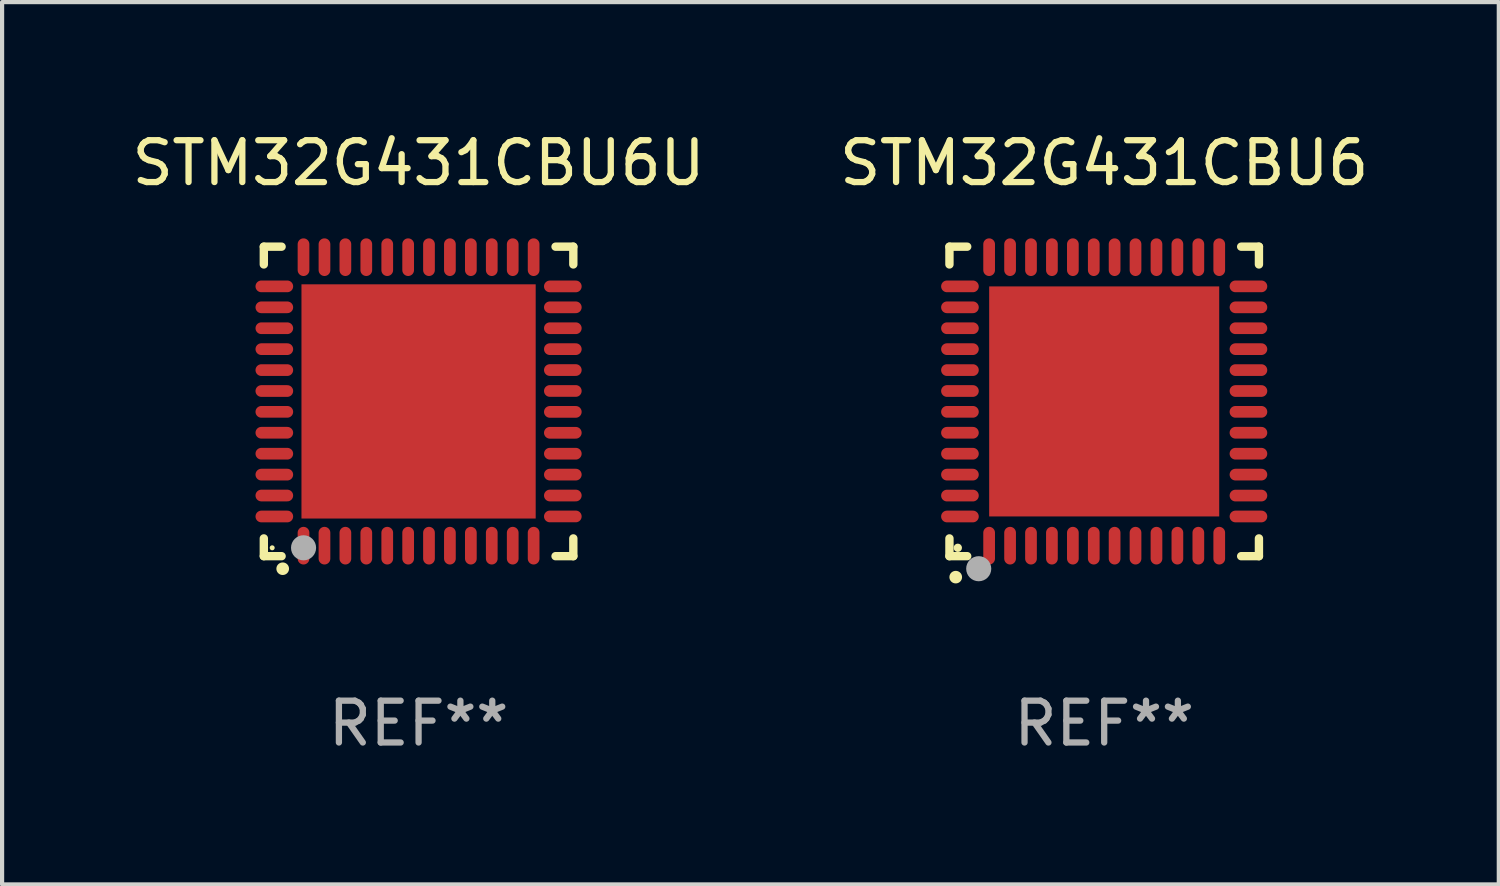
<source format=kicad_pcb>
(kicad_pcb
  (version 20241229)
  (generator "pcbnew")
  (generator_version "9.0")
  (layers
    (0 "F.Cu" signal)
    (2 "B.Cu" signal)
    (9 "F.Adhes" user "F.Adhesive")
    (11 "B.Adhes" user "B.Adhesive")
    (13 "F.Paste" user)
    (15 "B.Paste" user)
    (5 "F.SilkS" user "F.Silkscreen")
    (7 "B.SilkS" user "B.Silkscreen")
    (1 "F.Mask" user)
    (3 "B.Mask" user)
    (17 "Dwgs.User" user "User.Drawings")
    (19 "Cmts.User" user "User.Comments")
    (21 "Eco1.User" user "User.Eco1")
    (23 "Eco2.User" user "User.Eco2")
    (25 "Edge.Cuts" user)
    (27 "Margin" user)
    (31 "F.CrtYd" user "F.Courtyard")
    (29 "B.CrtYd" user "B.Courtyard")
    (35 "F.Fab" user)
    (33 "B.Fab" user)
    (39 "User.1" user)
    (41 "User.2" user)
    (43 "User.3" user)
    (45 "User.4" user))
  (footprint "STM32G431CBU6"
    (layer "F.Cu")
    (at 23.351 6.548)
    (property "Reference" "STM32G431CBU6" (at 0 -5.7 0) (layer "F.SilkS") (effects (font (size 1 1) (thickness 0.15))))
    (attr through_hole)
    (fp_line (start -3.7 -3.7) (end -3.275 -3.7) (stroke (width 0.2) (type solid)) (layer "F.SilkS"))
    (fp_line (start -3.7 -3.275) (end -3.7 -3.7) (stroke (width 0.2) (type solid)) (layer "F.SilkS"))
    (fp_line (start -3.7 3.7) (end -3.7 3.275) (stroke (width 0.2) (type solid)) (layer "F.SilkS"))
    (fp_line (start -3.275 3.7) (end -3.7 3.7) (stroke (width 0.2) (type solid)) (layer "F.SilkS"))
    (fp_line (start 3.7 -3.7) (end 3.275 -3.7) (stroke (width 0.2) (type solid)) (layer "F.SilkS"))
    (fp_line (start 3.7 -3.275) (end 3.7 -3.7) (stroke (width 0.2) (type solid)) (layer "F.SilkS"))
    (fp_line (start 3.7 3.275) (end 3.7 3.7) (stroke (width 0.2) (type solid)) (layer "F.SilkS"))
    (fp_line (start 3.7 3.7) (end 3.275 3.7) (stroke (width 0.2) (type solid)) (layer "F.SilkS"))
    (fp_arc (start -3.550927 4.201168) (mid -3.549657 4.201163) (end -3.548387 4.201168) (stroke (width 0.3) (type solid)) (layer "F.SilkS"))
    (fp_circle (center -3.5 3.5) (end -3.45 3.5) (stroke (width 0.1) (type solid)) (fill no) (layer "F.SilkS"))
    (fp_circle (center -3 4) (end -2.85 4) (stroke (width 0.3) (type solid)) (fill no) (layer "F.Fab"))
    (fp_text user "REF**" (at 0 7.7 0) (layer "F.Fab") (effects (font (size 1 1) (thickness 0.15))))
    (pad "1" smd oval (at -2.751 3.449) (size 0.28 0.9) (layers "F.Cu" "F.Mask" "F.Paste"))
    (pad "2" smd oval (at -2.25 3.449) (size 0.28 0.9) (layers "F.Cu" "F.Mask" "F.Paste"))
    (pad "3" smd oval (at -1.75 3.449) (size 0.28 0.9) (layers "F.Cu" "F.Mask" "F.Paste"))
    (pad "4" smd oval (at -1.25 3.449) (size 0.28 0.9) (layers "F.Cu" "F.Mask" "F.Paste"))
    (pad "5" smd oval (at -0.749 3.449) (size 0.28 0.9) (layers "F.Cu" "F.Mask" "F.Paste"))
    (pad "6" smd oval (at -0.249 3.449) (size 0.28 0.9) (layers "F.Cu" "F.Mask" "F.Paste"))
    (pad "7" smd oval (at 0.249 3.449) (size 0.28 0.9) (layers "F.Cu" "F.Mask" "F.Paste"))
    (pad "8" smd oval (at 0.749 3.449) (size 0.28 0.9) (layers "F.Cu" "F.Mask" "F.Paste"))
    (pad "9" smd oval (at 1.25 3.449) (size 0.28 0.9) (layers "F.Cu" "F.Mask" "F.Paste"))
    (pad "10" smd oval (at 1.75 3.449) (size 0.28 0.9) (layers "F.Cu" "F.Mask" "F.Paste"))
    (pad "11" smd oval (at 2.251 3.449) (size 0.28 0.9) (layers "F.Cu" "F.Mask" "F.Paste"))
    (pad "12" smd oval (at 2.751 3.449) (size 0.28 0.9) (layers "F.Cu" "F.Mask" "F.Paste"))
    (pad "13" smd oval (at 3.449 2.751) (size 0.9 0.28) (layers "F.Cu" "F.Mask" "F.Paste"))
    (pad "14" smd oval (at 3.449 2.251) (size 0.9 0.28) (layers "F.Cu" "F.Mask" "F.Paste"))
    (pad "15" smd oval (at 3.449 1.75) (size 0.9 0.28) (layers "F.Cu" "F.Mask" "F.Paste"))
    (pad "16" smd oval (at 3.449 1.25) (size 0.9 0.28) (layers "F.Cu" "F.Mask" "F.Paste"))
    (pad "17" smd oval (at 3.449 0.749) (size 0.9 0.28) (layers "F.Cu" "F.Mask" "F.Paste"))
    (pad "18" smd oval (at 3.449 0.249) (size 0.9 0.28) (layers "F.Cu" "F.Mask" "F.Paste"))
    (pad "19" smd oval (at 3.449 -0.249) (size 0.9 0.28) (layers "F.Cu" "F.Mask" "F.Paste"))
    (pad "20" smd oval (at 3.449 -0.749) (size 0.9 0.28) (layers "F.Cu" "F.Mask" "F.Paste"))
    (pad "21" smd oval (at 3.449 -1.25) (size 0.9 0.28) (layers "F.Cu" "F.Mask" "F.Paste"))
    (pad "22" smd oval (at 3.449 -1.75) (size 0.9 0.28) (layers "F.Cu" "F.Mask" "F.Paste"))
    (pad "23" smd oval (at 3.449 -2.25) (size 0.9 0.28) (layers "F.Cu" "F.Mask" "F.Paste"))
    (pad "24" smd oval (at 3.449 -2.751) (size 0.9 0.28) (layers "F.Cu" "F.Mask" "F.Paste"))
    (pad "25" smd oval (at 2.751 -3.449) (size 0.28 0.9) (layers "F.Cu" "F.Mask" "F.Paste"))
    (pad "26" smd oval (at 2.251 -3.449) (size 0.28 0.9) (layers "F.Cu" "F.Mask" "F.Paste"))
    (pad "27" smd oval (at 1.75 -3.449) (size 0.28 0.9) (layers "F.Cu" "F.Mask" "F.Paste"))
    (pad "28" smd oval (at 1.25 -3.449) (size 0.28 0.9) (layers "F.Cu" "F.Mask" "F.Paste"))
    (pad "29" smd oval (at 0.749 -3.449) (size 0.28 0.9) (layers "F.Cu" "F.Mask" "F.Paste"))
    (pad "30" smd oval (at 0.249 -3.449) (size 0.28 0.9) (layers "F.Cu" "F.Mask" "F.Paste"))
    (pad "31" smd oval (at -0.249 -3.449) (size 0.28 0.9) (layers "F.Cu" "F.Mask" "F.Paste"))
    (pad "32" smd oval (at -0.749 -3.449) (size 0.28 0.9) (layers "F.Cu" "F.Mask" "F.Paste"))
    (pad "33" smd oval (at -1.25 -3.449) (size 0.28 0.9) (layers "F.Cu" "F.Mask" "F.Paste"))
    (pad "34" smd oval (at -1.75 -3.449) (size 0.28 0.9) (layers "F.Cu" "F.Mask" "F.Paste"))
    (pad "35" smd oval (at -2.25 -3.449) (size 0.28 0.9) (layers "F.Cu" "F.Mask" "F.Paste"))
    (pad "36" smd oval (at -2.751 -3.449) (size 0.28 0.9) (layers "F.Cu" "F.Mask" "F.Paste"))
    (pad "37" smd oval (at -3.449 -2.751) (size 0.9 0.28) (layers "F.Cu" "F.Mask" "F.Paste"))
    (pad "38" smd oval (at -3.449 -2.25) (size 0.9 0.28) (layers "F.Cu" "F.Mask" "F.Paste"))
    (pad "39" smd oval (at -3.449 -1.75) (size 0.9 0.28) (layers "F.Cu" "F.Mask" "F.Paste"))
    (pad "40" smd oval (at -3.449 -1.25) (size 0.9 0.28) (layers "F.Cu" "F.Mask" "F.Paste"))
    (pad "41" smd oval (at -3.449 -0.749) (size 0.9 0.28) (layers "F.Cu" "F.Mask" "F.Paste"))
    (pad "42" smd oval (at -3.449 -0.249) (size 0.9 0.28) (layers "F.Cu" "F.Mask" "F.Paste"))
    (pad "43" smd oval (at -3.449 0.249) (size 0.9 0.28) (layers "F.Cu" "F.Mask" "F.Paste"))
    (pad "44" smd oval (at -3.449 0.749) (size 0.9 0.28) (layers "F.Cu" "F.Mask" "F.Paste"))
    (pad "45" smd oval (at -3.449 1.25) (size 0.9 0.28) (layers "F.Cu" "F.Mask" "F.Paste"))
    (pad "46" smd oval (at -3.449 1.75) (size 0.9 0.28) (layers "F.Cu" "F.Mask" "F.Paste"))
    (pad "47" smd oval (at -3.449 2.251) (size 0.9 0.28) (layers "F.Cu" "F.Mask" "F.Paste"))
    (pad "48" smd oval (at -3.449 2.751) (size 0.9 0.28) (layers "F.Cu" "F.Mask" "F.Paste"))
    (pad "49" smd rect (at 0.000076 0.000076) (size 5.5 5.5) (layers "F.Cu" "F.Mask" "F.Paste")))
  (footprint "STM32G431CBU6U"
    (layer "F.Cu")
    (at 6.958 6.548)
    (property "Reference" "STM32G431CBU6U" (at 0 -5.7 0) (layer "F.SilkS") (effects (font (size 1 1) (thickness 0.15))))
    (attr through_hole)
    (fp_line (start -3.7 -3.7) (end -3.275 -3.7) (stroke (width 0.2) (type solid)) (layer "F.SilkS"))
    (fp_line (start -3.7 -3.275) (end -3.7 -3.7) (stroke (width 0.2) (type solid)) (layer "F.SilkS"))
    (fp_line (start -3.7 3.7) (end -3.7 3.275) (stroke (width 0.2) (type solid)) (layer "F.SilkS"))
    (fp_line (start -3.275 3.7) (end -3.7 3.7) (stroke (width 0.2) (type solid)) (layer "F.SilkS"))
    (fp_line (start 3.7 -3.7) (end 3.275 -3.7) (stroke (width 0.2) (type solid)) (layer "F.SilkS"))
    (fp_line (start 3.7 -3.275) (end 3.7 -3.7) (stroke (width 0.2) (type solid)) (layer "F.SilkS"))
    (fp_line (start 3.7 3.275) (end 3.7 3.7) (stroke (width 0.2) (type solid)) (layer "F.SilkS"))
    (fp_line (start 3.7 3.7) (end 3.275 3.7) (stroke (width 0.2) (type solid)) (layer "F.SilkS"))
    (fp_arc (start -3.249936 3.999975) (mid -3.248666 3.99997) (end -3.247396 3.999975) (stroke (width 0.3) (type solid)) (layer "F.SilkS"))
    (fp_circle (center -3.5 3.5) (end -3.47 3.5) (stroke (width 0.06) (type solid)) (fill no) (layer "F.SilkS"))
    (fp_circle (center -2.75 3.5) (end -2.6 3.5) (stroke (width 0.3) (type solid)) (fill no) (layer "F.Fab"))
    (fp_text user "REF**" (at 0 7.7 0) (layer "F.Fab") (effects (font (size 1 1) (thickness 0.15))))
    (pad "1" smd oval (at -2.751 3.449) (size 0.28 0.9) (layers "F.Cu" "F.Mask" "F.Paste"))
    (pad "2" smd oval (at -2.25 3.449) (size 0.28 0.9) (layers "F.Cu" "F.Mask" "F.Paste"))
    (pad "3" smd oval (at -1.75 3.449) (size 0.28 0.9) (layers "F.Cu" "F.Mask" "F.Paste"))
    (pad "4" smd oval (at -1.25 3.449) (size 0.28 0.9) (layers "F.Cu" "F.Mask" "F.Paste"))
    (pad "5" smd oval (at -0.749 3.449) (size 0.28 0.9) (layers "F.Cu" "F.Mask" "F.Paste"))
    (pad "6" smd oval (at -0.249 3.449) (size 0.28 0.9) (layers "F.Cu" "F.Mask" "F.Paste"))
    (pad "7" smd oval (at 0.249 3.449) (size 0.28 0.9) (layers "F.Cu" "F.Mask" "F.Paste"))
    (pad "8" smd oval (at 0.749 3.449) (size 0.28 0.9) (layers "F.Cu" "F.Mask" "F.Paste"))
    (pad "9" smd oval (at 1.25 3.449) (size 0.28 0.9) (layers "F.Cu" "F.Mask" "F.Paste"))
    (pad "10" smd oval (at 1.75 3.449) (size 0.28 0.9) (layers "F.Cu" "F.Mask" "F.Paste"))
    (pad "11" smd oval (at 2.251 3.449) (size 0.28 0.9) (layers "F.Cu" "F.Mask" "F.Paste"))
    (pad "12" smd oval (at 2.751 3.449) (size 0.28 0.9) (layers "F.Cu" "F.Mask" "F.Paste"))
    (pad "13" smd oval (at 3.449 2.75) (size 0.9 0.28) (layers "F.Cu" "F.Mask" "F.Paste"))
    (pad "14" smd oval (at 3.449 2.25) (size 0.9 0.28) (layers "F.Cu" "F.Mask" "F.Paste"))
    (pad "15" smd oval (at 3.449 1.75) (size 0.9 0.28) (layers "F.Cu" "F.Mask" "F.Paste"))
    (pad "16" smd oval (at 3.449 1.25) (size 0.9 0.28) (layers "F.Cu" "F.Mask" "F.Paste"))
    (pad "17" smd oval (at 3.449 0.75) (size 0.9 0.28) (layers "F.Cu" "F.Mask" "F.Paste"))
    (pad "18" smd oval (at 3.449 0.25) (size 0.9 0.28) (layers "F.Cu" "F.Mask" "F.Paste"))
    (pad "19" smd oval (at 3.449 -0.25) (size 0.9 0.28) (layers "F.Cu" "F.Mask" "F.Paste"))
    (pad "20" smd oval (at 3.449 -0.75) (size 0.9 0.28) (layers "F.Cu" "F.Mask" "F.Paste"))
    (pad "21" smd oval (at 3.449 -1.25) (size 0.9 0.28) (layers "F.Cu" "F.Mask" "F.Paste"))
    (pad "22" smd oval (at 3.449 -1.75) (size 0.9 0.28) (layers "F.Cu" "F.Mask" "F.Paste"))
    (pad "23" smd oval (at 3.449 -2.25) (size 0.9 0.28) (layers "F.Cu" "F.Mask" "F.Paste"))
    (pad "24" smd oval (at 3.449 -2.75) (size 0.9 0.28) (layers "F.Cu" "F.Mask" "F.Paste"))
    (pad "25" smd oval (at 2.751 -3.449) (size 0.28 0.9) (layers "F.Cu" "F.Mask" "F.Paste"))
    (pad "26" smd oval (at 2.251 -3.449) (size 0.28 0.9) (layers "F.Cu" "F.Mask" "F.Paste"))
    (pad "27" smd oval (at 1.75 -3.449) (size 0.28 0.9) (layers "F.Cu" "F.Mask" "F.Paste"))
    (pad "28" smd oval (at 1.25 -3.449) (size 0.28 0.9) (layers "F.Cu" "F.Mask" "F.Paste"))
    (pad "29" smd oval (at 0.749 -3.449) (size 0.28 0.9) (layers "F.Cu" "F.Mask" "F.Paste"))
    (pad "30" smd oval (at 0.249 -3.449) (size 0.28 0.9) (layers "F.Cu" "F.Mask" "F.Paste"))
    (pad "31" smd oval (at -0.249 -3.449) (size 0.28 0.9) (layers "F.Cu" "F.Mask" "F.Paste"))
    (pad "32" smd oval (at -0.749 -3.449) (size 0.28 0.9) (layers "F.Cu" "F.Mask" "F.Paste"))
    (pad "33" smd oval (at -1.25 -3.449) (size 0.28 0.9) (layers "F.Cu" "F.Mask" "F.Paste"))
    (pad "34" smd oval (at -1.75 -3.449) (size 0.28 0.9) (layers "F.Cu" "F.Mask" "F.Paste"))
    (pad "35" smd oval (at -2.25 -3.449) (size 0.28 0.9) (layers "F.Cu" "F.Mask" "F.Paste"))
    (pad "36" smd oval (at -2.751 -3.449) (size 0.28 0.9) (layers "F.Cu" "F.Mask" "F.Paste"))
    (pad "37" smd oval (at -3.449 -2.751) (size 0.9 0.28) (layers "F.Cu" "F.Mask" "F.Paste"))
    (pad "38" smd oval (at -3.449 -2.25) (size 0.9 0.28) (layers "F.Cu" "F.Mask" "F.Paste"))
    (pad "39" smd oval (at -3.449 -1.75) (size 0.9 0.28) (layers "F.Cu" "F.Mask" "F.Paste"))
    (pad "40" smd oval (at -3.449 -1.25) (size 0.9 0.28) (layers "F.Cu" "F.Mask" "F.Paste"))
    (pad "41" smd oval (at -3.449 -0.749) (size 0.9 0.28) (layers "F.Cu" "F.Mask" "F.Paste"))
    (pad "42" smd oval (at -3.449 -0.249) (size 0.9 0.28) (layers "F.Cu" "F.Mask" "F.Paste"))
    (pad "43" smd oval (at -3.449 0.249) (size 0.9 0.28) (layers "F.Cu" "F.Mask" "F.Paste"))
    (pad "44" smd oval (at -3.449 0.749) (size 0.9 0.28) (layers "F.Cu" "F.Mask" "F.Paste"))
    (pad "45" smd oval (at -3.449 1.25) (size 0.9 0.28) (layers "F.Cu" "F.Mask" "F.Paste"))
    (pad "46" smd oval (at -3.449 1.75) (size 0.9 0.28) (layers "F.Cu" "F.Mask" "F.Paste"))
    (pad "47" smd oval (at -3.449 2.25) (size 0.9 0.28) (layers "F.Cu" "F.Mask" "F.Paste"))
    (pad "48" smd oval (at -3.449 2.751) (size 0.9 0.28) (layers "F.Cu" "F.Mask" "F.Paste"))
    (pad "49" smd rect (at 0.000076 -0.000025) (size 5.6 5.6) (layers "F.Cu" "F.Mask" "F.Paste")))
  (gr_rect
    (start -3 -3)
    (end 32.786 18.097)
    (stroke (width 0.1) (type default))
    (fill no)
    (layer "Edge.Cuts")))
</source>
